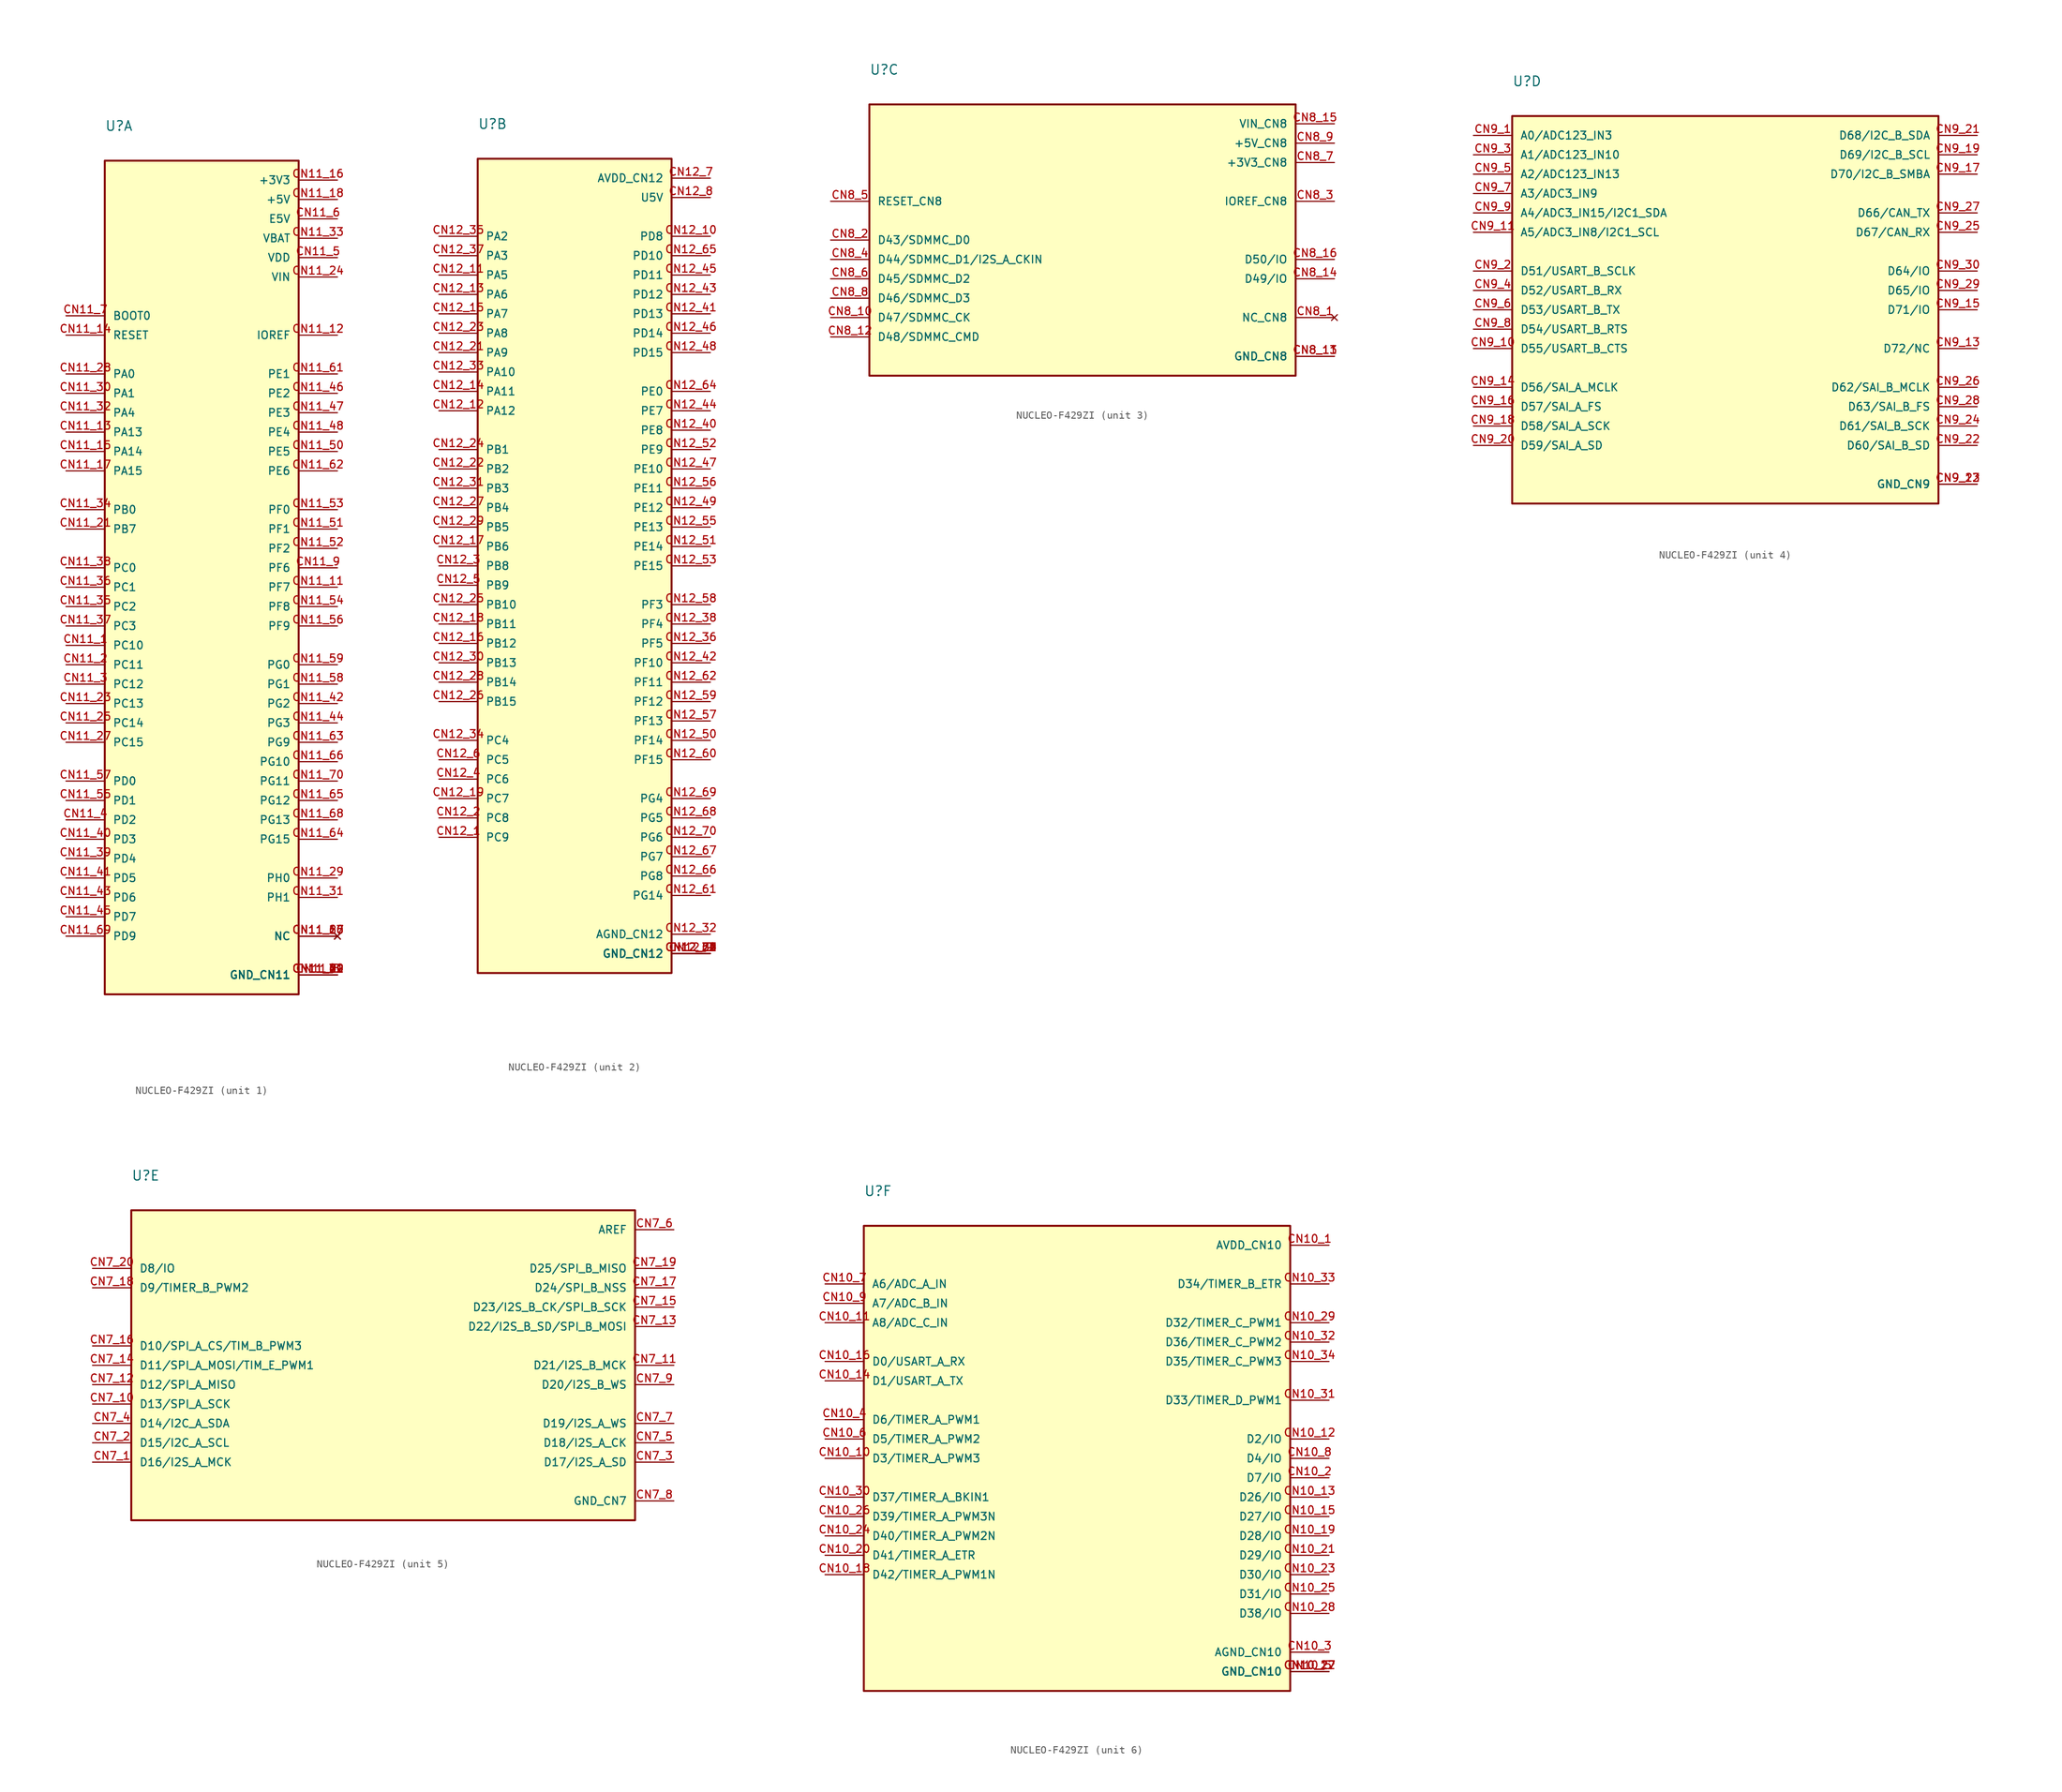
<source format=kicad_sym>
(kicad_symbol_lib
  (version 20201005)
  (generator kicad_symbol_editor)
  (symbol "NUCLEO-F429ZI:NUCLEO-F429ZI"
    (pin_names
      (offset 1.016))
    (property "Reference" "U"
      (at 0 3.81 0)
      (effects (font (size 1.27 1.27)) (justify left bottom)))
    (property "ki_locked" ""
      (at 0 0 0)
      (effects (font (size 1.27 1.27))))
    (symbol "NUCLEO-F429ZI_1_0"
      (rectangle (start 0 -109.22) (end 25.4 0) (stroke (width 0.254)) (fill (type background)))
      (pin bidirectional line (at -5.08 -63.5 0) (length 5.08) (name "PC10" (effects (font (size 1.016 1.016)))) (number "CN11_1" (effects (font (size 1.016 1.016)))))
      (pin no_connect line (at 30.48 -101.6 180) (length 5.08) (name "NC" (effects (font (size 1.016 1.016)))) (number "CN11_10" (effects (font (size 1.016 1.016)))))
      (pin bidirectional line (at 30.48 -55.88 180) (length 5.08) (name "PF7" (effects (font (size 1.016 1.016)))) (number "CN11_11" (effects (font (size 1.016 1.016)))))
      (pin bidirectional line (at 30.48 -22.86 180) (length 5.08) (name "IOREF" (effects (font (size 1.016 1.016)))) (number "CN11_12" (effects (font (size 1.016 1.016)))))
      (pin bidirectional line (at -5.08 -35.56 0) (length 5.08) (name "PA13" (effects (font (size 1.016 1.016)))) (number "CN11_13" (effects (font (size 1.016 1.016)))))
      (pin bidirectional line (at -5.08 -22.86 0) (length 5.08) (name "RESET" (effects (font (size 1.016 1.016)))) (number "CN11_14" (effects (font (size 1.016 1.016)))))
      (pin bidirectional line (at -5.08 -38.1 0) (length 5.08) (name "PA14" (effects (font (size 1.016 1.016)))) (number "CN11_15" (effects (font (size 1.016 1.016)))))
      (pin power_in line (at 30.48 -2.54 180) (length 5.08) (name "+3V3" (effects (font (size 1.016 1.016)))) (number "CN11_16" (effects (font (size 1.016 1.016)))))
      (pin bidirectional line (at -5.08 -40.64 0) (length 5.08) (name "PA15" (effects (font (size 1.016 1.016)))) (number "CN11_17" (effects (font (size 1.016 1.016)))))
      (pin power_in line (at 30.48 -5.08 180) (length 5.08) (name "+5V" (effects (font (size 1.016 1.016)))) (number "CN11_18" (effects (font (size 1.016 1.016)))))
      (pin power_in line (at 30.48 -106.68 180) (length 5.08) (name "GND_CN11" (effects (font (size 1.016 1.016)))) (number "CN11_19" (effects (font (size 1.016 1.016)))))
      (pin bidirectional line (at -5.08 -66.04 0) (length 5.08) (name "PC11" (effects (font (size 1.016 1.016)))) (number "CN11_2" (effects (font (size 1.016 1.016)))))
      (pin power_in line (at 30.48 -106.68 180) (length 5.08) (name "GND_CN11" (effects (font (size 1.016 1.016)))) (number "CN11_20" (effects (font (size 1.016 1.016)))))
      (pin bidirectional line (at -5.08 -48.26 0) (length 5.08) (name "PB7" (effects (font (size 1.016 1.016)))) (number "CN11_21" (effects (font (size 1.016 1.016)))))
      (pin power_in line (at 30.48 -106.68 180) (length 5.08) (name "GND_CN11" (effects (font (size 1.016 1.016)))) (number "CN11_22" (effects (font (size 1.016 1.016)))))
      (pin bidirectional line (at -5.08 -71.12 0) (length 5.08) (name "PC13" (effects (font (size 1.016 1.016)))) (number "CN11_23" (effects (font (size 1.016 1.016)))))
      (pin power_in line (at 30.48 -15.24 180) (length 5.08) (name "VIN" (effects (font (size 1.016 1.016)))) (number "CN11_24" (effects (font (size 1.016 1.016)))))
      (pin bidirectional line (at -5.08 -73.66 0) (length 5.08) (name "PC14" (effects (font (size 1.016 1.016)))) (number "CN11_25" (effects (font (size 1.016 1.016)))))
      (pin no_connect line (at 30.48 -101.6 180) (length 5.08) (name "NC" (effects (font (size 1.016 1.016)))) (number "CN11_26" (effects (font (size 1.016 1.016)))))
      (pin bidirectional line (at -5.08 -76.2 0) (length 5.08) (name "PC15" (effects (font (size 1.016 1.016)))) (number "CN11_27" (effects (font (size 1.016 1.016)))))
      (pin bidirectional line (at -5.08 -27.94 0) (length 5.08) (name "PA0" (effects (font (size 1.016 1.016)))) (number "CN11_28" (effects (font (size 1.016 1.016)))))
      (pin bidirectional line (at 30.48 -93.98 180) (length 5.08) (name "PH0" (effects (font (size 1.016 1.016)))) (number "CN11_29" (effects (font (size 1.016 1.016)))))
      (pin bidirectional line (at -5.08 -68.58 0) (length 5.08) (name "PC12" (effects (font (size 1.016 1.016)))) (number "CN11_3" (effects (font (size 1.016 1.016)))))
      (pin bidirectional line (at -5.08 -30.48 0) (length 5.08) (name "PA1" (effects (font (size 1.016 1.016)))) (number "CN11_30" (effects (font (size 1.016 1.016)))))
      (pin bidirectional line (at 30.48 -96.52 180) (length 5.08) (name "PH1" (effects (font (size 1.016 1.016)))) (number "CN11_31" (effects (font (size 1.016 1.016)))))
      (pin bidirectional line (at -5.08 -33.02 0) (length 5.08) (name "PA4" (effects (font (size 1.016 1.016)))) (number "CN11_32" (effects (font (size 1.016 1.016)))))
      (pin power_in line (at 30.48 -10.16 180) (length 5.08) (name "VBAT" (effects (font (size 1.016 1.016)))) (number "CN11_33" (effects (font (size 1.016 1.016)))))
      (pin bidirectional line (at -5.08 -45.72 0) (length 5.08) (name "PB0" (effects (font (size 1.016 1.016)))) (number "CN11_34" (effects (font (size 1.016 1.016)))))
      (pin bidirectional line (at -5.08 -58.42 0) (length 5.08) (name "PC2" (effects (font (size 1.016 1.016)))) (number "CN11_35" (effects (font (size 1.016 1.016)))))
      (pin bidirectional line (at -5.08 -55.88 0) (length 5.08) (name "PC1" (effects (font (size 1.016 1.016)))) (number "CN11_36" (effects (font (size 1.016 1.016)))))
      (pin bidirectional line (at -5.08 -60.96 0) (length 5.08) (name "PC3" (effects (font (size 1.016 1.016)))) (number "CN11_37" (effects (font (size 1.016 1.016)))))
      (pin bidirectional line (at -5.08 -53.34 0) (length 5.08) (name "PC0" (effects (font (size 1.016 1.016)))) (number "CN11_38" (effects (font (size 1.016 1.016)))))
      (pin bidirectional line (at -5.08 -91.44 0) (length 5.08) (name "PD4" (effects (font (size 1.016 1.016)))) (number "CN11_39" (effects (font (size 1.016 1.016)))))
      (pin bidirectional line (at -5.08 -86.36 0) (length 5.08) (name "PD2" (effects (font (size 1.016 1.016)))) (number "CN11_4" (effects (font (size 1.016 1.016)))))
      (pin bidirectional line (at -5.08 -88.9 0) (length 5.08) (name "PD3" (effects (font (size 1.016 1.016)))) (number "CN11_40" (effects (font (size 1.016 1.016)))))
      (pin bidirectional line (at -5.08 -93.98 0) (length 5.08) (name "PD5" (effects (font (size 1.016 1.016)))) (number "CN11_41" (effects (font (size 1.016 1.016)))))
      (pin bidirectional line (at 30.48 -71.12 180) (length 5.08) (name "PG2" (effects (font (size 1.016 1.016)))) (number "CN11_42" (effects (font (size 1.016 1.016)))))
      (pin bidirectional line (at -5.08 -96.52 0) (length 5.08) (name "PD6" (effects (font (size 1.016 1.016)))) (number "CN11_43" (effects (font (size 1.016 1.016)))))
      (pin bidirectional line (at 30.48 -73.66 180) (length 5.08) (name "PG3" (effects (font (size 1.016 1.016)))) (number "CN11_44" (effects (font (size 1.016 1.016)))))
      (pin bidirectional line (at -5.08 -99.06 0) (length 5.08) (name "PD7" (effects (font (size 1.016 1.016)))) (number "CN11_45" (effects (font (size 1.016 1.016)))))
      (pin bidirectional line (at 30.48 -30.48 180) (length 5.08) (name "PE2" (effects (font (size 1.016 1.016)))) (number "CN11_46" (effects (font (size 1.016 1.016)))))
      (pin bidirectional line (at 30.48 -33.02 180) (length 5.08) (name "PE3" (effects (font (size 1.016 1.016)))) (number "CN11_47" (effects (font (size 1.016 1.016)))))
      (pin bidirectional line (at 30.48 -35.56 180) (length 5.08) (name "PE4" (effects (font (size 1.016 1.016)))) (number "CN11_48" (effects (font (size 1.016 1.016)))))
      (pin power_in line (at 30.48 -106.68 180) (length 5.08) (name "GND_CN11" (effects (font (size 1.016 1.016)))) (number "CN11_49" (effects (font (size 1.016 1.016)))))
      (pin power_in line (at 30.48 -12.7 180) (length 5.08) (name "VDD" (effects (font (size 1.016 1.016)))) (number "CN11_5" (effects (font (size 1.016 1.016)))))
      (pin bidirectional line (at 30.48 -38.1 180) (length 5.08) (name "PE5" (effects (font (size 1.016 1.016)))) (number "CN11_50" (effects (font (size 1.016 1.016)))))
      (pin bidirectional line (at 30.48 -48.26 180) (length 5.08) (name "PF1" (effects (font (size 1.016 1.016)))) (number "CN11_51" (effects (font (size 1.016 1.016)))))
      (pin bidirectional line (at 30.48 -50.8 180) (length 5.08) (name "PF2" (effects (font (size 1.016 1.016)))) (number "CN11_52" (effects (font (size 1.016 1.016)))))
      (pin bidirectional line (at 30.48 -45.72 180) (length 5.08) (name "PF0" (effects (font (size 1.016 1.016)))) (number "CN11_53" (effects (font (size 1.016 1.016)))))
      (pin bidirectional line (at 30.48 -58.42 180) (length 5.08) (name "PF8" (effects (font (size 1.016 1.016)))) (number "CN11_54" (effects (font (size 1.016 1.016)))))
      (pin bidirectional line (at -5.08 -83.82 0) (length 5.08) (name "PD1" (effects (font (size 1.016 1.016)))) (number "CN11_55" (effects (font (size 1.016 1.016)))))
      (pin bidirectional line (at 30.48 -60.96 180) (length 5.08) (name "PF9" (effects (font (size 1.016 1.016)))) (number "CN11_56" (effects (font (size 1.016 1.016)))))
      (pin bidirectional line (at -5.08 -81.28 0) (length 5.08) (name "PD0" (effects (font (size 1.016 1.016)))) (number "CN11_57" (effects (font (size 1.016 1.016)))))
      (pin bidirectional line (at 30.48 -68.58 180) (length 5.08) (name "PG1" (effects (font (size 1.016 1.016)))) (number "CN11_58" (effects (font (size 1.016 1.016)))))
      (pin bidirectional line (at 30.48 -66.04 180) (length 5.08) (name "PG0" (effects (font (size 1.016 1.016)))) (number "CN11_59" (effects (font (size 1.016 1.016)))))
      (pin power_in line (at 30.48 -7.62 180) (length 5.08) (name "E5V" (effects (font (size 1.016 1.016)))) (number "CN11_6" (effects (font (size 1.016 1.016)))))
      (pin power_in line (at 30.48 -106.68 180) (length 5.08) (name "GND_CN11" (effects (font (size 1.016 1.016)))) (number "CN11_60" (effects (font (size 1.016 1.016)))))
      (pin bidirectional line (at 30.48 -27.94 180) (length 5.08) (name "PE1" (effects (font (size 1.016 1.016)))) (number "CN11_61" (effects (font (size 1.016 1.016)))))
      (pin bidirectional line (at 30.48 -40.64 180) (length 5.08) (name "PE6" (effects (font (size 1.016 1.016)))) (number "CN11_62" (effects (font (size 1.016 1.016)))))
      (pin bidirectional line (at 30.48 -76.2 180) (length 5.08) (name "PG9" (effects (font (size 1.016 1.016)))) (number "CN11_63" (effects (font (size 1.016 1.016)))))
      (pin bidirectional line (at 30.48 -88.9 180) (length 5.08) (name "PG15" (effects (font (size 1.016 1.016)))) (number "CN11_64" (effects (font (size 1.016 1.016)))))
      (pin bidirectional line (at 30.48 -83.82 180) (length 5.08) (name "PG12" (effects (font (size 1.016 1.016)))) (number "CN11_65" (effects (font (size 1.016 1.016)))))
      (pin bidirectional line (at 30.48 -78.74 180) (length 5.08) (name "PG10" (effects (font (size 1.016 1.016)))) (number "CN11_66" (effects (font (size 1.016 1.016)))))
      (pin no_connect line (at 30.48 -101.6 180) (length 5.08) (name "NC" (effects (font (size 1.016 1.016)))) (number "CN11_67" (effects (font (size 1.016 1.016)))))
      (pin bidirectional line (at 30.48 -86.36 180) (length 5.08) (name "PG13" (effects (font (size 1.016 1.016)))) (number "CN11_68" (effects (font (size 1.016 1.016)))))
      (pin bidirectional line (at -5.08 -101.6 0) (length 5.08) (name "PD9" (effects (font (size 1.016 1.016)))) (number "CN11_69" (effects (font (size 1.016 1.016)))))
      (pin bidirectional line (at -5.08 -20.32 0) (length 5.08) (name "BOOT0" (effects (font (size 1.016 1.016)))) (number "CN11_7" (effects (font (size 1.016 1.016)))))
      (pin bidirectional line (at 30.48 -81.28 180) (length 5.08) (name "PG11" (effects (font (size 1.016 1.016)))) (number "CN11_70" (effects (font (size 1.016 1.016)))))
      (pin power_in line (at 30.48 -106.68 180) (length 5.08) (name "GND_CN11" (effects (font (size 1.016 1.016)))) (number "CN11_71" (effects (font (size 1.016 1.016)))))
      (pin power_in line (at 30.48 -106.68 180) (length 5.08) (name "GND_CN11" (effects (font (size 1.016 1.016)))) (number "CN11_72" (effects (font (size 1.016 1.016)))))
      (pin power_in line (at 30.48 -106.68 180) (length 5.08) (name "GND_CN11" (effects (font (size 1.016 1.016)))) (number "CN11_8" (effects (font (size 1.016 1.016)))))
      (pin bidirectional line (at 30.48 -53.34 180) (length 5.08) (name "PF6" (effects (font (size 1.016 1.016)))) (number "CN11_9" (effects (font (size 1.016 1.016))))))
    (symbol "NUCLEO-F429ZI_2_0"
      (rectangle (start 0 -106.68) (end 25.4 0) (stroke (width 0.254)) (fill (type background)))
      (pin bidirectional line (at -5.08 -88.9 0) (length 5.08) (name "PC9" (effects (font (size 1.016 1.016)))) (number "CN12_1" (effects (font (size 1.016 1.016)))))
      (pin bidirectional line (at 30.48 -10.16 180) (length 5.08) (name "PD8" (effects (font (size 1.016 1.016)))) (number "CN12_10" (effects (font (size 1.016 1.016)))))
      (pin bidirectional line (at -5.08 -15.24 0) (length 5.08) (name "PA5" (effects (font (size 1.016 1.016)))) (number "CN12_11" (effects (font (size 1.016 1.016)))))
      (pin bidirectional line (at -5.08 -33.02 0) (length 5.08) (name "PA12" (effects (font (size 1.016 1.016)))) (number "CN12_12" (effects (font (size 1.016 1.016)))))
      (pin bidirectional line (at -5.08 -17.78 0) (length 5.08) (name "PA6" (effects (font (size 1.016 1.016)))) (number "CN12_13" (effects (font (size 1.016 1.016)))))
      (pin bidirectional line (at -5.08 -30.48 0) (length 5.08) (name "PA11" (effects (font (size 1.016 1.016)))) (number "CN12_14" (effects (font (size 1.016 1.016)))))
      (pin bidirectional line (at -5.08 -20.32 0) (length 5.08) (name "PA7" (effects (font (size 1.016 1.016)))) (number "CN12_15" (effects (font (size 1.016 1.016)))))
      (pin bidirectional line (at -5.08 -63.5 0) (length 5.08) (name "PB12" (effects (font (size 1.016 1.016)))) (number "CN12_16" (effects (font (size 1.016 1.016)))))
      (pin bidirectional line (at -5.08 -50.8 0) (length 5.08) (name "PB6" (effects (font (size 1.016 1.016)))) (number "CN12_17" (effects (font (size 1.016 1.016)))))
      (pin bidirectional line (at -5.08 -60.96 0) (length 5.08) (name "PB11" (effects (font (size 1.016 1.016)))) (number "CN12_18" (effects (font (size 1.016 1.016)))))
      (pin bidirectional line (at -5.08 -83.82 0) (length 5.08) (name "PC7" (effects (font (size 1.016 1.016)))) (number "CN12_19" (effects (font (size 1.016 1.016)))))
      (pin bidirectional line (at -5.08 -86.36 0) (length 5.08) (name "PC8" (effects (font (size 1.016 1.016)))) (number "CN12_2" (effects (font (size 1.016 1.016)))))
      (pin power_in line (at 30.48 -104.14 180) (length 5.08) (name "GND_CN12" (effects (font (size 1.016 1.016)))) (number "CN12_20" (effects (font (size 1.016 1.016)))))
      (pin bidirectional line (at -5.08 -25.4 0) (length 5.08) (name "PA9" (effects (font (size 1.016 1.016)))) (number "CN12_21" (effects (font (size 1.016 1.016)))))
      (pin bidirectional line (at -5.08 -40.64 0) (length 5.08) (name "PB2" (effects (font (size 1.016 1.016)))) (number "CN12_22" (effects (font (size 1.016 1.016)))))
      (pin bidirectional line (at -5.08 -22.86 0) (length 5.08) (name "PA8" (effects (font (size 1.016 1.016)))) (number "CN12_23" (effects (font (size 1.016 1.016)))))
      (pin bidirectional line (at -5.08 -38.1 0) (length 5.08) (name "PB1" (effects (font (size 1.016 1.016)))) (number "CN12_24" (effects (font (size 1.016 1.016)))))
      (pin bidirectional line (at -5.08 -58.42 0) (length 5.08) (name "PB10" (effects (font (size 1.016 1.016)))) (number "CN12_25" (effects (font (size 1.016 1.016)))))
      (pin bidirectional line (at -5.08 -71.12 0) (length 5.08) (name "PB15" (effects (font (size 1.016 1.016)))) (number "CN12_26" (effects (font (size 1.016 1.016)))))
      (pin bidirectional line (at -5.08 -45.72 0) (length 5.08) (name "PB4" (effects (font (size 1.016 1.016)))) (number "CN12_27" (effects (font (size 1.016 1.016)))))
      (pin bidirectional line (at -5.08 -68.58 0) (length 5.08) (name "PB14" (effects (font (size 1.016 1.016)))) (number "CN12_28" (effects (font (size 1.016 1.016)))))
      (pin bidirectional line (at -5.08 -48.26 0) (length 5.08) (name "PB5" (effects (font (size 1.016 1.016)))) (number "CN12_29" (effects (font (size 1.016 1.016)))))
      (pin bidirectional line (at -5.08 -53.34 0) (length 5.08) (name "PB8" (effects (font (size 1.016 1.016)))) (number "CN12_3" (effects (font (size 1.016 1.016)))))
      (pin bidirectional line (at -5.08 -66.04 0) (length 5.08) (name "PB13" (effects (font (size 1.016 1.016)))) (number "CN12_30" (effects (font (size 1.016 1.016)))))
      (pin bidirectional line (at -5.08 -43.18 0) (length 5.08) (name "PB3" (effects (font (size 1.016 1.016)))) (number "CN12_31" (effects (font (size 1.016 1.016)))))
      (pin power_in line (at 30.48 -101.6 180) (length 5.08) (name "AGND_CN12" (effects (font (size 1.016 1.016)))) (number "CN12_32" (effects (font (size 1.016 1.016)))))
      (pin bidirectional line (at -5.08 -27.94 0) (length 5.08) (name "PA10" (effects (font (size 1.016 1.016)))) (number "CN12_33" (effects (font (size 1.016 1.016)))))
      (pin bidirectional line (at -5.08 -76.2 0) (length 5.08) (name "PC4" (effects (font (size 1.016 1.016)))) (number "CN12_34" (effects (font (size 1.016 1.016)))))
      (pin bidirectional line (at -5.08 -10.16 0) (length 5.08) (name "PA2" (effects (font (size 1.016 1.016)))) (number "CN12_35" (effects (font (size 1.016 1.016)))))
      (pin bidirectional line (at 30.48 -63.5 180) (length 5.08) (name "PF5" (effects (font (size 1.016 1.016)))) (number "CN12_36" (effects (font (size 1.016 1.016)))))
      (pin bidirectional line (at -5.08 -12.7 0) (length 5.08) (name "PA3" (effects (font (size 1.016 1.016)))) (number "CN12_37" (effects (font (size 1.016 1.016)))))
      (pin bidirectional line (at 30.48 -60.96 180) (length 5.08) (name "PF4" (effects (font (size 1.016 1.016)))) (number "CN12_38" (effects (font (size 1.016 1.016)))))
      (pin power_in line (at 30.48 -104.14 180) (length 5.08) (name "GND_CN12" (effects (font (size 1.016 1.016)))) (number "CN12_39" (effects (font (size 1.016 1.016)))))
      (pin bidirectional line (at -5.08 -81.28 0) (length 5.08) (name "PC6" (effects (font (size 1.016 1.016)))) (number "CN12_4" (effects (font (size 1.016 1.016)))))
      (pin bidirectional line (at 30.48 -35.56 180) (length 5.08) (name "PE8" (effects (font (size 1.016 1.016)))) (number "CN12_40" (effects (font (size 1.016 1.016)))))
      (pin bidirectional line (at 30.48 -20.32 180) (length 5.08) (name "PD13" (effects (font (size 1.016 1.016)))) (number "CN12_41" (effects (font (size 1.016 1.016)))))
      (pin bidirectional line (at 30.48 -66.04 180) (length 5.08) (name "PF10" (effects (font (size 1.016 1.016)))) (number "CN12_42" (effects (font (size 1.016 1.016)))))
      (pin bidirectional line (at 30.48 -17.78 180) (length 5.08) (name "PD12" (effects (font (size 1.016 1.016)))) (number "CN12_43" (effects (font (size 1.016 1.016)))))
      (pin bidirectional line (at 30.48 -33.02 180) (length 5.08) (name "PE7" (effects (font (size 1.016 1.016)))) (number "CN12_44" (effects (font (size 1.016 1.016)))))
      (pin bidirectional line (at 30.48 -15.24 180) (length 5.08) (name "PD11" (effects (font (size 1.016 1.016)))) (number "CN12_45" (effects (font (size 1.016 1.016)))))
      (pin bidirectional line (at 30.48 -22.86 180) (length 5.08) (name "PD14" (effects (font (size 1.016 1.016)))) (number "CN12_46" (effects (font (size 1.016 1.016)))))
      (pin bidirectional line (at 30.48 -40.64 180) (length 5.08) (name "PE10" (effects (font (size 1.016 1.016)))) (number "CN12_47" (effects (font (size 1.016 1.016)))))
      (pin bidirectional line (at 30.48 -25.4 180) (length 5.08) (name "PD15" (effects (font (size 1.016 1.016)))) (number "CN12_48" (effects (font (size 1.016 1.016)))))
      (pin bidirectional line (at 30.48 -45.72 180) (length 5.08) (name "PE12" (effects (font (size 1.016 1.016)))) (number "CN12_49" (effects (font (size 1.016 1.016)))))
      (pin bidirectional line (at -5.08 -55.88 0) (length 5.08) (name "PB9" (effects (font (size 1.016 1.016)))) (number "CN12_5" (effects (font (size 1.016 1.016)))))
      (pin bidirectional line (at 30.48 -76.2 180) (length 5.08) (name "PF14" (effects (font (size 1.016 1.016)))) (number "CN12_50" (effects (font (size 1.016 1.016)))))
      (pin bidirectional line (at 30.48 -50.8 180) (length 5.08) (name "PE14" (effects (font (size 1.016 1.016)))) (number "CN12_51" (effects (font (size 1.016 1.016)))))
      (pin bidirectional line (at 30.48 -38.1 180) (length 5.08) (name "PE9" (effects (font (size 1.016 1.016)))) (number "CN12_52" (effects (font (size 1.016 1.016)))))
      (pin bidirectional line (at 30.48 -53.34 180) (length 5.08) (name "PE15" (effects (font (size 1.016 1.016)))) (number "CN12_53" (effects (font (size 1.016 1.016)))))
      (pin power_in line (at 30.48 -104.14 180) (length 5.08) (name "GND_CN12" (effects (font (size 1.016 1.016)))) (number "CN12_54" (effects (font (size 1.016 1.016)))))
      (pin bidirectional line (at 30.48 -48.26 180) (length 5.08) (name "PE13" (effects (font (size 1.016 1.016)))) (number "CN12_55" (effects (font (size 1.016 1.016)))))
      (pin bidirectional line (at 30.48 -43.18 180) (length 5.08) (name "PE11" (effects (font (size 1.016 1.016)))) (number "CN12_56" (effects (font (size 1.016 1.016)))))
      (pin bidirectional line (at 30.48 -73.66 180) (length 5.08) (name "PF13" (effects (font (size 1.016 1.016)))) (number "CN12_57" (effects (font (size 1.016 1.016)))))
      (pin bidirectional line (at 30.48 -58.42 180) (length 5.08) (name "PF3" (effects (font (size 1.016 1.016)))) (number "CN12_58" (effects (font (size 1.016 1.016)))))
      (pin bidirectional line (at 30.48 -71.12 180) (length 5.08) (name "PF12" (effects (font (size 1.016 1.016)))) (number "CN12_59" (effects (font (size 1.016 1.016)))))
      (pin bidirectional line (at -5.08 -78.74 0) (length 5.08) (name "PC5" (effects (font (size 1.016 1.016)))) (number "CN12_6" (effects (font (size 1.016 1.016)))))
      (pin bidirectional line (at 30.48 -78.74 180) (length 5.08) (name "PF15" (effects (font (size 1.016 1.016)))) (number "CN12_60" (effects (font (size 1.016 1.016)))))
      (pin bidirectional line (at 30.48 -96.52 180) (length 5.08) (name "PG14" (effects (font (size 1.016 1.016)))) (number "CN12_61" (effects (font (size 1.016 1.016)))))
      (pin bidirectional line (at 30.48 -68.58 180) (length 5.08) (name "PF11" (effects (font (size 1.016 1.016)))) (number "CN12_62" (effects (font (size 1.016 1.016)))))
      (pin power_in line (at 30.48 -104.14 180) (length 5.08) (name "GND_CN12" (effects (font (size 1.016 1.016)))) (number "CN12_63" (effects (font (size 1.016 1.016)))))
      (pin bidirectional line (at 30.48 -30.48 180) (length 5.08) (name "PE0" (effects (font (size 1.016 1.016)))) (number "CN12_64" (effects (font (size 1.016 1.016)))))
      (pin bidirectional line (at 30.48 -12.7 180) (length 5.08) (name "PD10" (effects (font (size 1.016 1.016)))) (number "CN12_65" (effects (font (size 1.016 1.016)))))
      (pin bidirectional line (at 30.48 -93.98 180) (length 5.08) (name "PG8" (effects (font (size 1.016 1.016)))) (number "CN12_66" (effects (font (size 1.016 1.016)))))
      (pin bidirectional line (at 30.48 -91.44 180) (length 5.08) (name "PG7" (effects (font (size 1.016 1.016)))) (number "CN12_67" (effects (font (size 1.016 1.016)))))
      (pin bidirectional line (at 30.48 -86.36 180) (length 5.08) (name "PG5" (effects (font (size 1.016 1.016)))) (number "CN12_68" (effects (font (size 1.016 1.016)))))
      (pin bidirectional line (at 30.48 -83.82 180) (length 5.08) (name "PG4" (effects (font (size 1.016 1.016)))) (number "CN12_69" (effects (font (size 1.016 1.016)))))
      (pin power_in line (at 30.48 -2.54 180) (length 5.08) (name "AVDD_CN12" (effects (font (size 1.016 1.016)))) (number "CN12_7" (effects (font (size 1.016 1.016)))))
      (pin bidirectional line (at 30.48 -88.9 180) (length 5.08) (name "PG6" (effects (font (size 1.016 1.016)))) (number "CN12_70" (effects (font (size 1.016 1.016)))))
      (pin power_in line (at 30.48 -104.14 180) (length 5.08) (name "GND_CN12" (effects (font (size 1.016 1.016)))) (number "CN12_71" (effects (font (size 1.016 1.016)))))
      (pin power_in line (at 30.48 -104.14 180) (length 5.08) (name "GND_CN12" (effects (font (size 1.016 1.016)))) (number "CN12_72" (effects (font (size 1.016 1.016)))))
      (pin power_in line (at 30.48 -5.08 180) (length 5.08) (name "U5V" (effects (font (size 1.016 1.016)))) (number "CN12_8" (effects (font (size 1.016 1.016)))))
      (pin power_in line (at 30.48 -104.14 180) (length 5.08) (name "GND_CN12" (effects (font (size 1.016 1.016)))) (number "CN12_9" (effects (font (size 1.016 1.016))))))
    (symbol "NUCLEO-F429ZI_3_0"
      (rectangle (start 0 -35.56) (end 55.88 0) (stroke (width 0.254)) (fill (type background)))
      (pin no_connect line (at 60.96 -27.94 180) (length 5.08) (name "NC_CN8" (effects (font (size 1.016 1.016)))) (number "CN8_1" (effects (font (size 1.016 1.016)))))
      (pin bidirectional line (at -5.08 -27.94 0) (length 5.08) (name "D47/SDMMC_CK" (effects (font (size 1.016 1.016)))) (number "CN8_10" (effects (font (size 1.016 1.016)))))
      (pin power_in line (at 60.96 -33.02 180) (length 5.08) (name "GND_CN8" (effects (font (size 1.016 1.016)))) (number "CN8_11" (effects (font (size 1.016 1.016)))))
      (pin bidirectional line (at -5.08 -30.48 0) (length 5.08) (name "D48/SDMMC_CMD" (effects (font (size 1.016 1.016)))) (number "CN8_12" (effects (font (size 1.016 1.016)))))
      (pin power_in line (at 60.96 -33.02 180) (length 5.08) (name "GND_CN8" (effects (font (size 1.016 1.016)))) (number "CN8_13" (effects (font (size 1.016 1.016)))))
      (pin bidirectional line (at 60.96 -22.86 180) (length 5.08) (name "D49/IO" (effects (font (size 1.016 1.016)))) (number "CN8_14" (effects (font (size 1.016 1.016)))))
      (pin power_in line (at 60.96 -2.54 180) (length 5.08) (name "VIN_CN8" (effects (font (size 1.016 1.016)))) (number "CN8_15" (effects (font (size 1.016 1.016)))))
      (pin bidirectional line (at 60.96 -20.32 180) (length 5.08) (name "D50/IO" (effects (font (size 1.016 1.016)))) (number "CN8_16" (effects (font (size 1.016 1.016)))))
      (pin bidirectional line (at -5.08 -17.78 0) (length 5.08) (name "D43/SDMMC_D0" (effects (font (size 1.016 1.016)))) (number "CN8_2" (effects (font (size 1.016 1.016)))))
      (pin bidirectional line (at 60.96 -12.7 180) (length 5.08) (name "IOREF_CN8" (effects (font (size 1.016 1.016)))) (number "CN8_3" (effects (font (size 1.016 1.016)))))
      (pin bidirectional line (at -5.08 -20.32 0) (length 5.08) (name "D44/SDMMC_D1/I2S_A_CKIN" (effects (font (size 1.016 1.016)))) (number "CN8_4" (effects (font (size 1.016 1.016)))))
      (pin bidirectional line (at -5.08 -12.7 0) (length 5.08) (name "RESET_CN8" (effects (font (size 1.016 1.016)))) (number "CN8_5" (effects (font (size 1.016 1.016)))))
      (pin bidirectional line (at -5.08 -22.86 0) (length 5.08) (name "D45/SDMMC_D2" (effects (font (size 1.016 1.016)))) (number "CN8_6" (effects (font (size 1.016 1.016)))))
      (pin power_in line (at 60.96 -7.62 180) (length 5.08) (name "+3V3_CN8" (effects (font (size 1.016 1.016)))) (number "CN8_7" (effects (font (size 1.016 1.016)))))
      (pin bidirectional line (at -5.08 -25.4 0) (length 5.08) (name "D46/SDMMC_D3" (effects (font (size 1.016 1.016)))) (number "CN8_8" (effects (font (size 1.016 1.016)))))
      (pin power_in line (at 60.96 -5.08 180) (length 5.08) (name "+5V_CN8" (effects (font (size 1.016 1.016)))) (number "CN8_9" (effects (font (size 1.016 1.016))))))
    (symbol "NUCLEO-F429ZI_4_0"
      (rectangle (start 0 -50.8) (end 55.88 0) (stroke (width 0.254)) (fill (type background)))
      (pin input line (at -5.08 -2.54 0) (length 5.08) (name "A0/ADC123_IN3" (effects (font (size 1.016 1.016)))) (number "CN9_1" (effects (font (size 1.016 1.016)))))
      (pin bidirectional line (at -5.08 -30.48 0) (length 5.08) (name "D55/USART_B_CTS" (effects (font (size 1.016 1.016)))) (number "CN9_10" (effects (font (size 1.016 1.016)))))
      (pin input line (at -5.08 -15.24 0) (length 5.08) (name "A5/ADC3_IN8/I2C1_SCL" (effects (font (size 1.016 1.016)))) (number "CN9_11" (effects (font (size 1.016 1.016)))))
      (pin power_in line (at 60.96 -48.26 180) (length 5.08) (name "GND_CN9" (effects (font (size 1.016 1.016)))) (number "CN9_12" (effects (font (size 1.016 1.016)))))
      (pin bidirectional line (at 60.96 -30.48 180) (length 5.08) (name "D72/NC" (effects (font (size 1.016 1.016)))) (number "CN9_13" (effects (font (size 1.016 1.016)))))
      (pin bidirectional line (at -5.08 -35.56 0) (length 5.08) (name "D56/SAI_A_MCLK" (effects (font (size 1.016 1.016)))) (number "CN9_14" (effects (font (size 1.016 1.016)))))
      (pin bidirectional line (at 60.96 -25.4 180) (length 5.08) (name "D71/IO" (effects (font (size 1.016 1.016)))) (number "CN9_15" (effects (font (size 1.016 1.016)))))
      (pin bidirectional line (at -5.08 -38.1 0) (length 5.08) (name "D57/SAI_A_FS" (effects (font (size 1.016 1.016)))) (number "CN9_16" (effects (font (size 1.016 1.016)))))
      (pin bidirectional line (at 60.96 -7.62 180) (length 5.08) (name "D70/I2C_B_SMBA" (effects (font (size 1.016 1.016)))) (number "CN9_17" (effects (font (size 1.016 1.016)))))
      (pin bidirectional line (at -5.08 -40.64 0) (length 5.08) (name "D58/SAI_A_SCK" (effects (font (size 1.016 1.016)))) (number "CN9_18" (effects (font (size 1.016 1.016)))))
      (pin bidirectional line (at 60.96 -5.08 180) (length 5.08) (name "D69/I2C_B_SCL" (effects (font (size 1.016 1.016)))) (number "CN9_19" (effects (font (size 1.016 1.016)))))
      (pin bidirectional line (at -5.08 -20.32 0) (length 5.08) (name "D51/USART_B_SCLK" (effects (font (size 1.016 1.016)))) (number "CN9_2" (effects (font (size 1.016 1.016)))))
      (pin bidirectional line (at -5.08 -43.18 0) (length 5.08) (name "D59/SAI_A_SD" (effects (font (size 1.016 1.016)))) (number "CN9_20" (effects (font (size 1.016 1.016)))))
      (pin bidirectional line (at 60.96 -2.54 180) (length 5.08) (name "D68/I2C_B_SDA" (effects (font (size 1.016 1.016)))) (number "CN9_21" (effects (font (size 1.016 1.016)))))
      (pin bidirectional line (at 60.96 -43.18 180) (length 5.08) (name "D60/SAI_B_SD" (effects (font (size 1.016 1.016)))) (number "CN9_22" (effects (font (size 1.016 1.016)))))
      (pin power_in line (at 60.96 -48.26 180) (length 5.08) (name "GND_CN9" (effects (font (size 1.016 1.016)))) (number "CN9_23" (effects (font (size 1.016 1.016)))))
      (pin bidirectional line (at 60.96 -40.64 180) (length 5.08) (name "D61/SAI_B_SCK" (effects (font (size 1.016 1.016)))) (number "CN9_24" (effects (font (size 1.016 1.016)))))
      (pin input line (at 60.96 -15.24 180) (length 5.08) (name "D67/CAN_RX" (effects (font (size 1.016 1.016)))) (number "CN9_25" (effects (font (size 1.016 1.016)))))
      (pin bidirectional line (at 60.96 -35.56 180) (length 5.08) (name "D62/SAI_B_MCLK" (effects (font (size 1.016 1.016)))) (number "CN9_26" (effects (font (size 1.016 1.016)))))
      (pin output line (at 60.96 -12.7 180) (length 5.08) (name "D66/CAN_TX" (effects (font (size 1.016 1.016)))) (number "CN9_27" (effects (font (size 1.016 1.016)))))
      (pin bidirectional line (at 60.96 -38.1 180) (length 5.08) (name "D63/SAI_B_FS" (effects (font (size 1.016 1.016)))) (number "CN9_28" (effects (font (size 1.016 1.016)))))
      (pin bidirectional line (at 60.96 -22.86 180) (length 5.08) (name "D65/IO" (effects (font (size 1.016 1.016)))) (number "CN9_29" (effects (font (size 1.016 1.016)))))
      (pin input line (at -5.08 -5.08 0) (length 5.08) (name "A1/ADC123_IN10" (effects (font (size 1.016 1.016)))) (number "CN9_3" (effects (font (size 1.016 1.016)))))
      (pin bidirectional line (at 60.96 -20.32 180) (length 5.08) (name "D64/IO" (effects (font (size 1.016 1.016)))) (number "CN9_30" (effects (font (size 1.016 1.016)))))
      (pin bidirectional line (at -5.08 -22.86 0) (length 5.08) (name "D52/USART_B_RX" (effects (font (size 1.016 1.016)))) (number "CN9_4" (effects (font (size 1.016 1.016)))))
      (pin input line (at -5.08 -7.62 0) (length 5.08) (name "A2/ADC123_IN13" (effects (font (size 1.016 1.016)))) (number "CN9_5" (effects (font (size 1.016 1.016)))))
      (pin bidirectional line (at -5.08 -25.4 0) (length 5.08) (name "D53/USART_B_TX" (effects (font (size 1.016 1.016)))) (number "CN9_6" (effects (font (size 1.016 1.016)))))
      (pin input line (at -5.08 -10.16 0) (length 5.08) (name "A3/ADC3_IN9" (effects (font (size 1.016 1.016)))) (number "CN9_7" (effects (font (size 1.016 1.016)))))
      (pin bidirectional line (at -5.08 -27.94 0) (length 5.08) (name "D54/USART_B_RTS" (effects (font (size 1.016 1.016)))) (number "CN9_8" (effects (font (size 1.016 1.016)))))
      (pin input line (at -5.08 -12.7 0) (length 5.08) (name "A4/ADC3_IN15/I2C1_SDA" (effects (font (size 1.016 1.016)))) (number "CN9_9" (effects (font (size 1.016 1.016))))))
    (symbol "NUCLEO-F429ZI_5_0"
      (rectangle (start 0 -40.64) (end 66.04 0) (stroke (width 0.254)) (fill (type background)))
      (pin bidirectional line (at -5.08 -33.02 0) (length 5.08) (name "D16/I2S_A_MCK" (effects (font (size 1.016 1.016)))) (number "CN7_1" (effects (font (size 1.016 1.016)))))
      (pin bidirectional line (at -5.08 -25.4 0) (length 5.08) (name "D13/SPI_A_SCK" (effects (font (size 1.016 1.016)))) (number "CN7_10" (effects (font (size 1.016 1.016)))))
      (pin bidirectional line (at 71.12 -20.32 180) (length 5.08) (name "D21/I2S_B_MCK" (effects (font (size 1.016 1.016)))) (number "CN7_11" (effects (font (size 1.016 1.016)))))
      (pin bidirectional line (at -5.08 -22.86 0) (length 5.08) (name "D12/SPI_A_MISO" (effects (font (size 1.016 1.016)))) (number "CN7_12" (effects (font (size 1.016 1.016)))))
      (pin bidirectional line (at 71.12 -15.24 180) (length 5.08) (name "D22/I2S_B_SD/SPI_B_MOSI" (effects (font (size 1.016 1.016)))) (number "CN7_13" (effects (font (size 1.016 1.016)))))
      (pin bidirectional line (at -5.08 -20.32 0) (length 5.08) (name "D11/SPI_A_MOSI/TIM_E_PWM1" (effects (font (size 1.016 1.016)))) (number "CN7_14" (effects (font (size 1.016 1.016)))))
      (pin bidirectional line (at 71.12 -12.7 180) (length 5.08) (name "D23/I2S_B_CK/SPI_B_SCK" (effects (font (size 1.016 1.016)))) (number "CN7_15" (effects (font (size 1.016 1.016)))))
      (pin bidirectional line (at -5.08 -17.78 0) (length 5.08) (name "D10/SPI_A_CS/TIM_B_PWM3" (effects (font (size 1.016 1.016)))) (number "CN7_16" (effects (font (size 1.016 1.016)))))
      (pin bidirectional line (at 71.12 -10.16 180) (length 5.08) (name "D24/SPI_B_NSS" (effects (font (size 1.016 1.016)))) (number "CN7_17" (effects (font (size 1.016 1.016)))))
      (pin bidirectional line (at -5.08 -10.16 0) (length 5.08) (name "D9/TIMER_B_PWM2" (effects (font (size 1.016 1.016)))) (number "CN7_18" (effects (font (size 1.016 1.016)))))
      (pin bidirectional line (at 71.12 -7.62 180) (length 5.08) (name "D25/SPI_B_MISO" (effects (font (size 1.016 1.016)))) (number "CN7_19" (effects (font (size 1.016 1.016)))))
      (pin bidirectional line (at -5.08 -30.48 0) (length 5.08) (name "D15/I2C_A_SCL" (effects (font (size 1.016 1.016)))) (number "CN7_2" (effects (font (size 1.016 1.016)))))
      (pin bidirectional line (at -5.08 -7.62 0) (length 5.08) (name "D8/IO" (effects (font (size 1.016 1.016)))) (number "CN7_20" (effects (font (size 1.016 1.016)))))
      (pin bidirectional line (at 71.12 -33.02 180) (length 5.08) (name "D17/I2S_A_SD" (effects (font (size 1.016 1.016)))) (number "CN7_3" (effects (font (size 1.016 1.016)))))
      (pin bidirectional line (at -5.08 -27.94 0) (length 5.08) (name "D14/I2C_A_SDA" (effects (font (size 1.016 1.016)))) (number "CN7_4" (effects (font (size 1.016 1.016)))))
      (pin bidirectional line (at 71.12 -30.48 180) (length 5.08) (name "D18/I2S_A_CK" (effects (font (size 1.016 1.016)))) (number "CN7_5" (effects (font (size 1.016 1.016)))))
      (pin power_in line (at 71.12 -2.54 180) (length 5.08) (name "AREF" (effects (font (size 1.016 1.016)))) (number "CN7_6" (effects (font (size 1.016 1.016)))))
      (pin bidirectional line (at 71.12 -27.94 180) (length 5.08) (name "D19/I2S_A_WS" (effects (font (size 1.016 1.016)))) (number "CN7_7" (effects (font (size 1.016 1.016)))))
      (pin power_in line (at 71.12 -38.1 180) (length 5.08) (name "GND_CN7" (effects (font (size 1.016 1.016)))) (number "CN7_8" (effects (font (size 1.016 1.016)))))
      (pin bidirectional line (at 71.12 -22.86 180) (length 5.08) (name "D20/I2S_B_WS" (effects (font (size 1.016 1.016)))) (number "CN7_9" (effects (font (size 1.016 1.016))))))
    (symbol "NUCLEO-F429ZI_6_0"
      (rectangle (start 0 -60.96) (end 55.88 0) (stroke (width 0.254)) (fill (type background)))
      (pin power_in line (at 60.96 -2.54 180) (length 5.08) (name "AVDD_CN10" (effects (font (size 1.016 1.016)))) (number "CN10_1" (effects (font (size 1.016 1.016)))))
      (pin bidirectional line (at -5.08 -30.48 0) (length 5.08) (name "D3/TIMER_A_PWM3" (effects (font (size 1.016 1.016)))) (number "CN10_10" (effects (font (size 1.016 1.016)))))
      (pin input line (at -5.08 -12.7 0) (length 5.08) (name "A8/ADC_C_IN" (effects (font (size 1.016 1.016)))) (number "CN10_11" (effects (font (size 1.016 1.016)))))
      (pin bidirectional line (at 60.96 -27.94 180) (length 5.08) (name "D2/IO" (effects (font (size 1.016 1.016)))) (number "CN10_12" (effects (font (size 1.016 1.016)))))
      (pin bidirectional line (at 60.96 -35.56 180) (length 5.08) (name "D26/IO" (effects (font (size 1.016 1.016)))) (number "CN10_13" (effects (font (size 1.016 1.016)))))
      (pin output line (at -5.08 -20.32 0) (length 5.08) (name "D1/USART_A_TX" (effects (font (size 1.016 1.016)))) (number "CN10_14" (effects (font (size 1.016 1.016)))))
      (pin bidirectional line (at 60.96 -38.1 180) (length 5.08) (name "D27/IO" (effects (font (size 1.016 1.016)))) (number "CN10_15" (effects (font (size 1.016 1.016)))))
      (pin input line (at -5.08 -17.78 0) (length 5.08) (name "D0/USART_A_RX" (effects (font (size 1.016 1.016)))) (number "CN10_16" (effects (font (size 1.016 1.016)))))
      (pin power_in line (at 60.96 -58.42 180) (length 5.08) (name "GND_CN10" (effects (font (size 1.016 1.016)))) (number "CN10_17" (effects (font (size 1.016 1.016)))))
      (pin bidirectional line (at -5.08 -45.72 0) (length 5.08) (name "D42/TIMER_A_PWM1N" (effects (font (size 1.016 1.016)))) (number "CN10_18" (effects (font (size 1.016 1.016)))))
      (pin bidirectional line (at 60.96 -40.64 180) (length 5.08) (name "D28/IO" (effects (font (size 1.016 1.016)))) (number "CN10_19" (effects (font (size 1.016 1.016)))))
      (pin bidirectional line (at 60.96 -33.02 180) (length 5.08) (name "D7/IO" (effects (font (size 1.016 1.016)))) (number "CN10_2" (effects (font (size 1.016 1.016)))))
      (pin bidirectional line (at -5.08 -43.18 0) (length 5.08) (name "D41/TIMER_A_ETR" (effects (font (size 1.016 1.016)))) (number "CN10_20" (effects (font (size 1.016 1.016)))))
      (pin bidirectional line (at 60.96 -43.18 180) (length 5.08) (name "D29/IO" (effects (font (size 1.016 1.016)))) (number "CN10_21" (effects (font (size 1.016 1.016)))))
      (pin power_in line (at 60.96 -58.42 180) (length 5.08) (name "GND_CN10" (effects (font (size 1.016 1.016)))) (number "CN10_22" (effects (font (size 1.016 1.016)))))
      (pin bidirectional line (at 60.96 -45.72 180) (length 5.08) (name "D30/IO" (effects (font (size 1.016 1.016)))) (number "CN10_23" (effects (font (size 1.016 1.016)))))
      (pin bidirectional line (at -5.08 -40.64 0) (length 5.08) (name "D40/TIMER_A_PWM2N" (effects (font (size 1.016 1.016)))) (number "CN10_24" (effects (font (size 1.016 1.016)))))
      (pin bidirectional line (at 60.96 -48.26 180) (length 5.08) (name "D31/IO" (effects (font (size 1.016 1.016)))) (number "CN10_25" (effects (font (size 1.016 1.016)))))
      (pin bidirectional line (at -5.08 -38.1 0) (length 5.08) (name "D39/TIMER_A_PWM3N" (effects (font (size 1.016 1.016)))) (number "CN10_26" (effects (font (size 1.016 1.016)))))
      (pin power_in line (at 60.96 -58.42 180) (length 5.08) (name "GND_CN10" (effects (font (size 1.016 1.016)))) (number "CN10_27" (effects (font (size 1.016 1.016)))))
      (pin bidirectional line (at 60.96 -50.8 180) (length 5.08) (name "D38/IO" (effects (font (size 1.016 1.016)))) (number "CN10_28" (effects (font (size 1.016 1.016)))))
      (pin bidirectional line (at 60.96 -12.7 180) (length 5.08) (name "D32/TIMER_C_PWM1" (effects (font (size 1.016 1.016)))) (number "CN10_29" (effects (font (size 1.016 1.016)))))
      (pin power_in line (at 60.96 -55.88 180) (length 5.08) (name "AGND_CN10" (effects (font (size 1.016 1.016)))) (number "CN10_3" (effects (font (size 1.016 1.016)))))
      (pin bidirectional line (at -5.08 -35.56 0) (length 5.08) (name "D37/TIMER_A_BKIN1" (effects (font (size 1.016 1.016)))) (number "CN10_30" (effects (font (size 1.016 1.016)))))
      (pin bidirectional line (at 60.96 -22.86 180) (length 5.08) (name "D33/TIMER_D_PWM1" (effects (font (size 1.016 1.016)))) (number "CN10_31" (effects (font (size 1.016 1.016)))))
      (pin bidirectional line (at 60.96 -15.24 180) (length 5.08) (name "D36/TIMER_C_PWM2" (effects (font (size 1.016 1.016)))) (number "CN10_32" (effects (font (size 1.016 1.016)))))
      (pin bidirectional line (at 60.96 -7.62 180) (length 5.08) (name "D34/TIMER_B_ETR" (effects (font (size 1.016 1.016)))) (number "CN10_33" (effects (font (size 1.016 1.016)))))
      (pin bidirectional line (at 60.96 -17.78 180) (length 5.08) (name "D35/TIMER_C_PWM3" (effects (font (size 1.016 1.016)))) (number "CN10_34" (effects (font (size 1.016 1.016)))))
      (pin bidirectional line (at -5.08 -25.4 0) (length 5.08) (name "D6/TIMER_A_PWM1" (effects (font (size 1.016 1.016)))) (number "CN10_4" (effects (font (size 1.016 1.016)))))
      (pin power_in line (at 60.96 -58.42 180) (length 5.08) (name "GND_CN10" (effects (font (size 1.016 1.016)))) (number "CN10_5" (effects (font (size 1.016 1.016)))))
      (pin bidirectional line (at -5.08 -27.94 0) (length 5.08) (name "D5/TIMER_A_PWM2" (effects (font (size 1.016 1.016)))) (number "CN10_6" (effects (font (size 1.016 1.016)))))
      (pin input line (at -5.08 -7.62 0) (length 5.08) (name "A6/ADC_A_IN" (effects (font (size 1.016 1.016)))) (number "CN10_7" (effects (font (size 1.016 1.016)))))
      (pin bidirectional line (at 60.96 -30.48 180) (length 5.08) (name "D4/IO" (effects (font (size 1.016 1.016)))) (number "CN10_8" (effects (font (size 1.016 1.016)))))
      (pin input line (at -5.08 -10.16 0) (length 5.08) (name "A7/ADC_B_IN" (effects (font (size 1.016 1.016)))) (number "CN10_9" (effects (font (size 1.016 1.016))))))))
</source>
